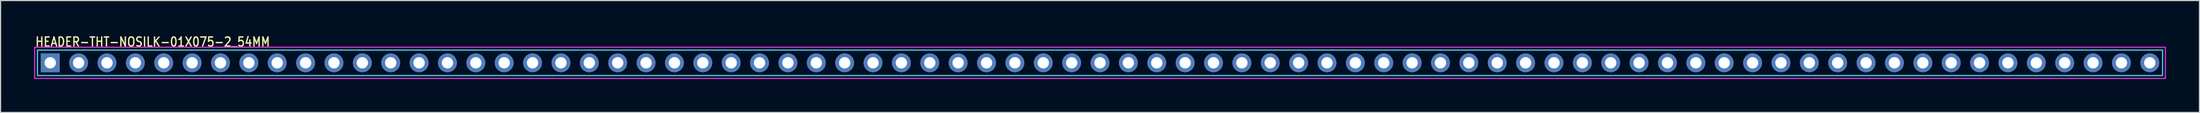
<source format=kicad_pcb>
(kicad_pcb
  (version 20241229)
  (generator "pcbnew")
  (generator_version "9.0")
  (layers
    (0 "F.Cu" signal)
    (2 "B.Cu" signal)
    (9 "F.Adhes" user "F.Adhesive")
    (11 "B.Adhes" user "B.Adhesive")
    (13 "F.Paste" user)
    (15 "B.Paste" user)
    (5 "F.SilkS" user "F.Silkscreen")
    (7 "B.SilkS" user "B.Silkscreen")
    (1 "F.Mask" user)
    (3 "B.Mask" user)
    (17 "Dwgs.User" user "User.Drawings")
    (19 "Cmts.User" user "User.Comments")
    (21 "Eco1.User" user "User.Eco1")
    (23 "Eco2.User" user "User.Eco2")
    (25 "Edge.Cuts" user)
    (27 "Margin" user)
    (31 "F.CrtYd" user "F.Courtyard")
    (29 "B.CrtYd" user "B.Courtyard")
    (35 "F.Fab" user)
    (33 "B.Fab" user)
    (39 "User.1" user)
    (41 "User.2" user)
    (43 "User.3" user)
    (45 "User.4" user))
  (footprint "HEADER-THT-NOSILK-01X075-2_54MM"
    (layer "F.Cu")
    (at 1.447 2.579)
    (property "Reference" "HEADER-THT-NOSILK-01X075-2_54MM" (at -1.4 -1.4 0) (unlocked yes) (layer "F.SilkS") (effects (font (size 0.813 0.695) (thickness 0.122)) (justify left bottom)))
    (fp_poly (pts (xy -1.143 -1.143) (xy 189.103 -1.143) (xy 189.103 1.143) (xy -1.143 1.143)) (stroke (width 0.1) (type solid)) (fill no) (layer "B.CrtYd"))
    (fp_poly (pts (xy -1.397 -1.397) (xy 189.357 -1.397) (xy 189.357 1.397) (xy -1.397 1.397)) (stroke (width 0.1) (type solid)) (fill no) (layer "F.CrtYd"))
    (pad "1" thru_hole rect (at 0 0) (size 1.693 1.693) (drill 1.016) (layers "*.Cu" "*.Mask"))
    (pad "2" thru_hole oval (at 2.54 0) (size 1.693 1.693) (drill 1.016) (layers "*.Cu" "*.Mask"))
    (pad "3" thru_hole oval (at 5.08 0) (size 1.693 1.693) (drill 1.016) (layers "*.Cu" "*.Mask"))
    (pad "4" thru_hole oval (at 7.62 0) (size 1.693 1.693) (drill 1.016) (layers "*.Cu" "*.Mask"))
    (pad "5" thru_hole oval (at 10.16 0) (size 1.693 1.693) (drill 1.016) (layers "*.Cu" "*.Mask"))
    (pad "6" thru_hole oval (at 12.7 0) (size 1.693 1.693) (drill 1.016) (layers "*.Cu" "*.Mask"))
    (pad "7" thru_hole oval (at 15.24 0) (size 1.693 1.693) (drill 1.016) (layers "*.Cu" "*.Mask"))
    (pad "8" thru_hole oval (at 17.78 0) (size 1.693 1.693) (drill 1.016) (layers "*.Cu" "*.Mask"))
    (pad "9" thru_hole oval (at 20.32 0) (size 1.693 1.693) (drill 1.016) (layers "*.Cu" "*.Mask"))
    (pad "10" thru_hole oval (at 22.86 0) (size 1.693 1.693) (drill 1.016) (layers "*.Cu" "*.Mask"))
    (pad "11" thru_hole oval (at 25.4 0) (size 1.693 1.693) (drill 1.016) (layers "*.Cu" "*.Mask"))
    (pad "12" thru_hole oval (at 27.94 0) (size 1.693 1.693) (drill 1.016) (layers "*.Cu" "*.Mask"))
    (pad "13" thru_hole oval (at 30.48 0) (size 1.693 1.693) (drill 1.016) (layers "*.Cu" "*.Mask"))
    (pad "14" thru_hole oval (at 33.02 0) (size 1.693 1.693) (drill 1.016) (layers "*.Cu" "*.Mask"))
    (pad "15" thru_hole oval (at 35.56 0) (size 1.693 1.693) (drill 1.016) (layers "*.Cu" "*.Mask"))
    (pad "16" thru_hole oval (at 38.1 0) (size 1.693 1.693) (drill 1.016) (layers "*.Cu" "*.Mask"))
    (pad "17" thru_hole oval (at 40.64 0) (size 1.693 1.693) (drill 1.016) (layers "*.Cu" "*.Mask"))
    (pad "18" thru_hole oval (at 43.18 0) (size 1.693 1.693) (drill 1.016) (layers "*.Cu" "*.Mask"))
    (pad "19" thru_hole oval (at 45.72 0) (size 1.693 1.693) (drill 1.016) (layers "*.Cu" "*.Mask"))
    (pad "20" thru_hole oval (at 48.26 0) (size 1.693 1.693) (drill 1.016) (layers "*.Cu" "*.Mask"))
    (pad "21" thru_hole oval (at 50.8 0) (size 1.693 1.693) (drill 1.016) (layers "*.Cu" "*.Mask"))
    (pad "22" thru_hole oval (at 53.34 0) (size 1.693 1.693) (drill 1.016) (layers "*.Cu" "*.Mask"))
    (pad "23" thru_hole oval (at 55.88 0) (size 1.693 1.693) (drill 1.016) (layers "*.Cu" "*.Mask"))
    (pad "24" thru_hole oval (at 58.42 0) (size 1.693 1.693) (drill 1.016) (layers "*.Cu" "*.Mask"))
    (pad "25" thru_hole oval (at 60.96 0) (size 1.693 1.693) (drill 1.016) (layers "*.Cu" "*.Mask"))
    (pad "26" thru_hole oval (at 63.5 0) (size 1.693 1.693) (drill 1.016) (layers "*.Cu" "*.Mask"))
    (pad "27" thru_hole oval (at 66.04 0) (size 1.693 1.693) (drill 1.016) (layers "*.Cu" "*.Mask"))
    (pad "28" thru_hole oval (at 68.58 0) (size 1.693 1.693) (drill 1.016) (layers "*.Cu" "*.Mask"))
    (pad "29" thru_hole oval (at 71.12 0) (size 1.693 1.693) (drill 1.016) (layers "*.Cu" "*.Mask"))
    (pad "30" thru_hole oval (at 73.66 0) (size 1.693 1.693) (drill 1.016) (layers "*.Cu" "*.Mask"))
    (pad "31" thru_hole oval (at 76.2 0) (size 1.693 1.693) (drill 1.016) (layers "*.Cu" "*.Mask"))
    (pad "32" thru_hole oval (at 78.74 0) (size 1.693 1.693) (drill 1.016) (layers "*.Cu" "*.Mask"))
    (pad "33" thru_hole oval (at 81.28 0) (size 1.693 1.693) (drill 1.016) (layers "*.Cu" "*.Mask"))
    (pad "34" thru_hole oval (at 83.82 0) (size 1.693 1.693) (drill 1.016) (layers "*.Cu" "*.Mask"))
    (pad "35" thru_hole oval (at 86.36 0) (size 1.693 1.693) (drill 1.016) (layers "*.Cu" "*.Mask"))
    (pad "36" thru_hole oval (at 88.9 0) (size 1.693 1.693) (drill 1.016) (layers "*.Cu" "*.Mask"))
    (pad "37" thru_hole oval (at 91.44 0) (size 1.693 1.693) (drill 1.016) (layers "*.Cu" "*.Mask"))
    (pad "38" thru_hole oval (at 93.98 0) (size 1.693 1.693) (drill 1.016) (layers "*.Cu" "*.Mask"))
    (pad "39" thru_hole oval (at 96.52 0) (size 1.693 1.693) (drill 1.016) (layers "*.Cu" "*.Mask"))
    (pad "40" thru_hole oval (at 99.06 0) (size 1.693 1.693) (drill 1.016) (layers "*.Cu" "*.Mask"))
    (pad "41" thru_hole oval (at 101.6 0) (size 1.693 1.693) (drill 1.016) (layers "*.Cu" "*.Mask"))
    (pad "42" thru_hole oval (at 104.14 0) (size 1.693 1.693) (drill 1.016) (layers "*.Cu" "*.Mask"))
    (pad "43" thru_hole oval (at 106.68 0) (size 1.693 1.693) (drill 1.016) (layers "*.Cu" "*.Mask"))
    (pad "44" thru_hole oval (at 109.22 0) (size 1.693 1.693) (drill 1.016) (layers "*.Cu" "*.Mask"))
    (pad "45" thru_hole oval (at 111.76 0) (size 1.693 1.693) (drill 1.016) (layers "*.Cu" "*.Mask"))
    (pad "46" thru_hole oval (at 114.3 0) (size 1.693 1.693) (drill 1.016) (layers "*.Cu" "*.Mask"))
    (pad "47" thru_hole oval (at 116.84 0) (size 1.693 1.693) (drill 1.016) (layers "*.Cu" "*.Mask"))
    (pad "48" thru_hole oval (at 119.38 0) (size 1.693 1.693) (drill 1.016) (layers "*.Cu" "*.Mask"))
    (pad "49" thru_hole oval (at 121.92 0) (size 1.693 1.693) (drill 1.016) (layers "*.Cu" "*.Mask"))
    (pad "50" thru_hole oval (at 124.46 0) (size 1.693 1.693) (drill 1.016) (layers "*.Cu" "*.Mask"))
    (pad "51" thru_hole oval (at 127 0) (size 1.693 1.693) (drill 1.016) (layers "*.Cu" "*.Mask"))
    (pad "52" thru_hole oval (at 129.54 0) (size 1.693 1.693) (drill 1.016) (layers "*.Cu" "*.Mask"))
    (pad "53" thru_hole oval (at 132.08 0) (size 1.693 1.693) (drill 1.016) (layers "*.Cu" "*.Mask"))
    (pad "54" thru_hole oval (at 134.62 0) (size 1.693 1.693) (drill 1.016) (layers "*.Cu" "*.Mask"))
    (pad "55" thru_hole oval (at 137.16 0) (size 1.693 1.693) (drill 1.016) (layers "*.Cu" "*.Mask"))
    (pad "56" thru_hole oval (at 139.7 0) (size 1.693 1.693) (drill 1.016) (layers "*.Cu" "*.Mask"))
    (pad "57" thru_hole oval (at 142.24 0) (size 1.693 1.693) (drill 1.016) (layers "*.Cu" "*.Mask"))
    (pad "58" thru_hole oval (at 144.78 0) (size 1.693 1.693) (drill 1.016) (layers "*.Cu" "*.Mask"))
    (pad "59" thru_hole oval (at 147.32 0) (size 1.693 1.693) (drill 1.016) (layers "*.Cu" "*.Mask"))
    (pad "60" thru_hole oval (at 149.86 0) (size 1.693 1.693) (drill 1.016) (layers "*.Cu" "*.Mask"))
    (pad "61" thru_hole oval (at 152.4 0) (size 1.693 1.693) (drill 1.016) (layers "*.Cu" "*.Mask"))
    (pad "62" thru_hole oval (at 154.94 0) (size 1.693 1.693) (drill 1.016) (layers "*.Cu" "*.Mask"))
    (pad "63" thru_hole oval (at 157.48 0) (size 1.693 1.693) (drill 1.016) (layers "*.Cu" "*.Mask"))
    (pad "64" thru_hole oval (at 160.02 0) (size 1.693 1.693) (drill 1.016) (layers "*.Cu" "*.Mask"))
    (pad "65" thru_hole oval (at 162.56 0) (size 1.693 1.693) (drill 1.016) (layers "*.Cu" "*.Mask"))
    (pad "66" thru_hole oval (at 165.1 0) (size 1.693 1.693) (drill 1.016) (layers "*.Cu" "*.Mask"))
    (pad "67" thru_hole oval (at 167.64 0) (size 1.693 1.693) (drill 1.016) (layers "*.Cu" "*.Mask"))
    (pad "68" thru_hole oval (at 170.18 0) (size 1.693 1.693) (drill 1.016) (layers "*.Cu" "*.Mask"))
    (pad "69" thru_hole oval (at 172.72 0) (size 1.693 1.693) (drill 1.016) (layers "*.Cu" "*.Mask"))
    (pad "70" thru_hole oval (at 175.26 0) (size 1.693 1.693) (drill 1.016) (layers "*.Cu" "*.Mask"))
    (pad "71" thru_hole oval (at 177.8 0) (size 1.693 1.693) (drill 1.016) (layers "*.Cu" "*.Mask"))
    (pad "72" thru_hole oval (at 180.34 0) (size 1.693 1.693) (drill 1.016) (layers "*.Cu" "*.Mask"))
    (pad "73" thru_hole oval (at 182.88 0) (size 1.693 1.693) (drill 1.016) (layers "*.Cu" "*.Mask"))
    (pad "74" thru_hole oval (at 185.42 0) (size 1.693 1.693) (drill 1.016) (layers "*.Cu" "*.Mask"))
    (pad "75" thru_hole oval (at 187.96 0) (size 1.693 1.693) (drill 1.016) (layers "*.Cu" "*.Mask")))
  (gr_rect
    (start -3 -3)
    (end 193.854 7.026)
    (stroke (width 0.1) (type default))
    (fill no)
    (layer "Edge.Cuts")))
</source>
